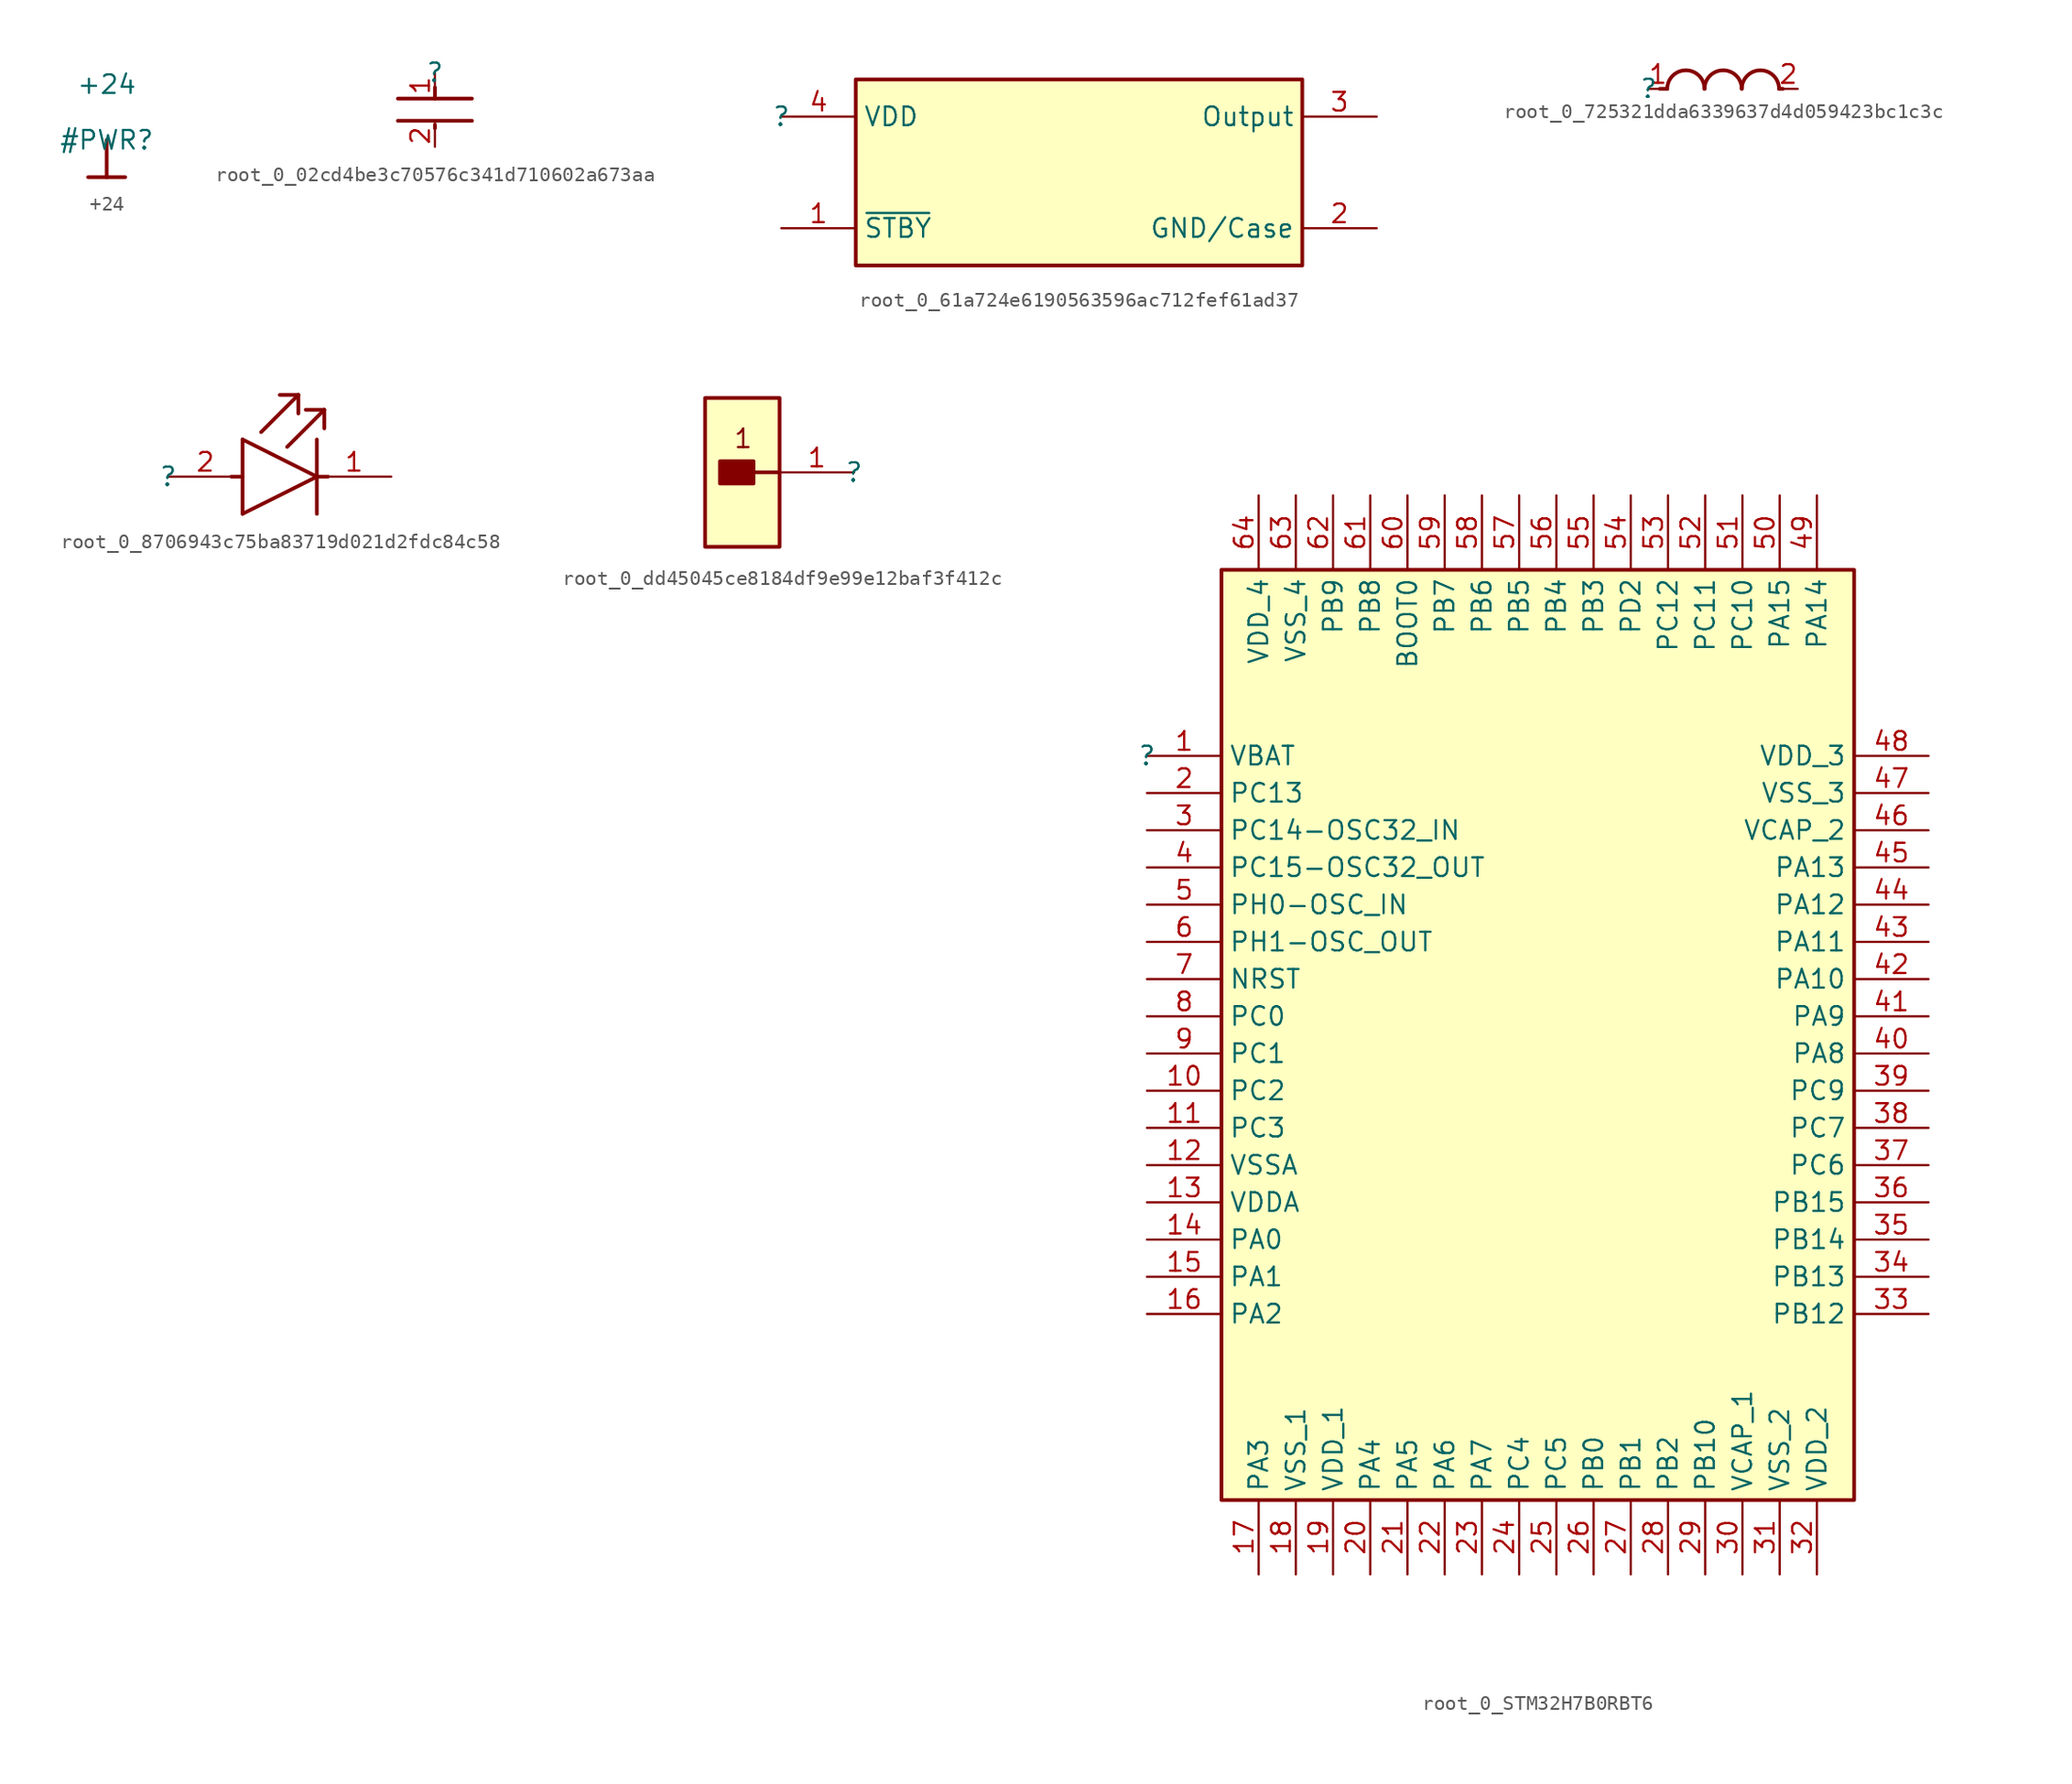
<source format=kicad_sym>
(kicad_symbol_lib
  (version 20220914)
  (generator kicad_symbol_editor)
  (symbol "+24"
    (power)
    (property "Reference" "#PWR"
      (at 0 0 0)
      (effects (font (size 1.27 1.27))))
    (property "Value" "+24"
      (at 0 3.81 0)
      (effects (font (size 1.27 1.27))))
    (symbol "+24_0_0"
      (polyline (pts (xy -1.27 -2.54) (xy 1.27 -2.54)) (stroke (width 0.254) (type solid)) (fill (type none)))
      (polyline (pts (xy 0 0) (xy 0 -2.54)) (stroke (width 0.254) (type solid)) (fill (type none)))
      (pin power_in line (at 0 0 0) (length 0) hide (name "+24" (effects (font (size 1.27 1.27)))) (number "" (effects (font (size 1.27 1.27)))))))
  (symbol "root_0_02cd4be3c70576c341d710602a673aa"
    (property "Reference" ""
      (at 0 0 0)
      (effects (font (size 1.27 1.27))))
    (property "Value" ""
      (at 0 0 0)
      (effects (font (size 1.27 1.27))))
    (symbol "root_0_02cd4be3c70576c341d710602a673aa_1_0"
      (polyline (pts (xy 0 -3.556) (xy 0 -3.81)) (stroke (width 0.254) (type solid)) (fill (type none)))
      (polyline (pts (xy 0 -1.778) (xy 0 -1.016)) (stroke (width 0.254) (type solid)) (fill (type none)))
      (polyline (pts (xy 2.54 -3.302) (xy -2.54 -3.302)) (stroke (width 0.254) (type solid)) (fill (type none)))
      (polyline (pts (xy 2.54 -1.778) (xy -2.54 -1.778)) (stroke (width 0.254) (type solid)) (fill (type none)))
      (pin passive line (at 0 0 270) (length 1.778) (name "1" (effects (font (size 0 0)))) (number "1" (effects (font (size 1.27 1.27)))))
      (pin passive line (at 0 -5.08 90) (length 1.524) (name "2" (effects (font (size 0 0)))) (number "2" (effects (font (size 1.27 1.27)))))))
  (symbol "root_0_61a724e6190563596ac712fef61ad37"
    (property "Reference" ""
      (at 0 0 0)
      (effects (font (size 1.27 1.27))))
    (property "Value" ""
      (at 0 0 0)
      (effects (font (size 1.27 1.27))))
    (symbol "root_0_61a724e6190563596ac712fef61ad37_1_0"
      (rectangle (start 35.56 2.54) (end 5.08 -10.16) (stroke (width 0.254) (type solid)) (fill (type background)))
      (pin input line (at 0 -7.62 0) (length 5.08) (name "~{STBY}" (effects (font (size 1.27 1.27)))) (number "1" (effects (font (size 1.27 1.27)))))
      (pin power_in line (at 40.64 -7.62 180) (length 5.08) (name "GND/Case" (effects (font (size 1.27 1.27)))) (number "2" (effects (font (size 1.27 1.27)))))
      (pin output line (at 40.64 0 180) (length 5.08) (name "Output" (effects (font (size 1.27 1.27)))) (number "3" (effects (font (size 1.27 1.27)))))
      (pin power_in line (at 0 0 0) (length 5.08) (name "VDD" (effects (font (size 1.27 1.27)))) (number "4" (effects (font (size 1.27 1.27)))))))
  (symbol "root_0_725321dda6339637d4d059423bc1c3c"
    (property "Reference" ""
      (at 0 0 0)
      (effects (font (size 1.27 1.27))))
    (property "Value" ""
      (at 0 0 0)
      (effects (font (size 1.27 1.27))))
    (symbol "root_0_725321dda6339637d4d059423bc1c3c_1_0"
      (polyline (pts (xy 1.27 0) (xy 0.762 0)) (stroke (width 0.254) (type solid)) (fill (type none)))
      (polyline (pts (xy 8.89 0) (xy 9.144 0)) (stroke (width 0.254) (type solid)) (fill (type none)))
      (arc (start 3.81 0) (mid 2.54 1.27) (end 1.27 0) (stroke (width 0.254) (type solid)) (fill (type none)))
      (arc (start 6.35 0) (mid 5.08 1.27) (end 3.81 0) (stroke (width 0.254) (type solid)) (fill (type none)))
      (arc (start 8.89 0) (mid 7.62 1.27) (end 6.35 0) (stroke (width 0.254) (type solid)) (fill (type none)))
      (pin passive line (at 0 0 0) (length 1.27) (name "1" (effects (font (size 0 0)))) (number "1" (effects (font (size 1.27 1.27)))))
      (pin passive line (at 10.16 0 180) (length 1.27) (name "2" (effects (font (size 0 0)))) (number "2" (effects (font (size 1.27 1.27)))))))
  (symbol "root_0_8706943c75ba83719d021d2fdc84c58"
    (property "Reference" ""
      (at 0 0 0)
      (effects (font (size 1.27 1.27))))
    (property "Value" ""
      (at 0 0 0)
      (effects (font (size 1.27 1.27))))
    (symbol "root_0_8706943c75ba83719d021d2fdc84c58_1_0"
      (polyline (pts (xy 5.08 -2.54) (xy 10.16 0)) (stroke (width 0.254) (type solid)) (fill (type none)))
      (polyline (pts (xy 5.08 0) (xy 4.318 0)) (stroke (width 0.254) (type solid)) (fill (type none)))
      (polyline (pts (xy 5.08 2.54) (xy 5.08 -2.54)) (stroke (width 0.254) (type solid)) (fill (type none)))
      (polyline (pts (xy 5.08 2.54) (xy 10.16 0)) (stroke (width 0.254) (type solid)) (fill (type none)))
      (polyline (pts (xy 6.35 3.048) (xy 8.89 5.588)) (stroke (width 0.254) (type solid)) (fill (type none)))
      (polyline (pts (xy 8.128 2.032) (xy 10.668 4.572)) (stroke (width 0.254) (type solid)) (fill (type none)))
      (polyline (pts (xy 8.89 5.588) (xy 7.62 5.588)) (stroke (width 0.254) (type solid)) (fill (type none)))
      (polyline (pts (xy 8.89 5.588) (xy 8.89 4.318)) (stroke (width 0.254) (type solid)) (fill (type none)))
      (polyline (pts (xy 10.16 0) (xy 10.922 0)) (stroke (width 0.254) (type solid)) (fill (type none)))
      (polyline (pts (xy 10.16 2.54) (xy 10.16 -2.54)) (stroke (width 0.254) (type solid)) (fill (type none)))
      (polyline (pts (xy 10.668 4.572) (xy 9.398 4.572)) (stroke (width 0.254) (type solid)) (fill (type none)))
      (polyline (pts (xy 10.668 4.572) (xy 10.668 3.302)) (stroke (width 0.254) (type solid)) (fill (type none)))
      (pin passive line (at 15.24 0 180) (length 5.08) (name "C" (effects (font (size 0 0)))) (number "1" (effects (font (size 1.27 1.27)))))
      (pin passive line (at 0 0 0) (length 5.08) (name "A" (effects (font (size 0 0)))) (number "2" (effects (font (size 1.27 1.27)))))))
  (symbol "root_0_dd45045ce8184df9e99e12baf3f412c"
    (property "Reference" ""
      (at 0 0 0)
      (effects (font (size 1.27 1.27))))
    (property "Value" ""
      (at 0 0 0)
      (effects (font (size 1.27 1.27))))
    (symbol "root_0_dd45045ce8184df9e99e12baf3f412c_1_0"
      (rectangle (start -6.858 0.762) (end -9.144 -0.762) (stroke (width 0.254) (type solid)) (fill (type outline)))
      (rectangle (start -5.08 5.08) (end -10.16 -5.08) (stroke (width 0.254) (type solid)) (fill (type background)))
      (polyline (pts (xy -6.858 0) (xy -5.08 0)) (stroke (width 0.254) (type solid)) (fill (type none)))
      (text "1" (at -6.858 3.048 0) (effects (font (size 1.27 1.27)) (justify right top)))
      (pin passive line (at 0 0 180) (length 5.08) (name "1" (effects (font (size 0 0)))) (number "1" (effects (font (size 1.27 1.27)))))))
  (symbol "root_0_STM32H7B0RBT6"
    (property "Reference" ""
      (at 0 0 0)
      (effects (font (size 1.27 1.27))))
    (property "Value" ""
      (at 0 0 0)
      (effects (font (size 1.27 1.27))))
    (symbol "root_0_STM32H7B0RBT6_1_0"
      (rectangle (start 48.26 12.7) (end 5.08 -50.8) (stroke (width 0.254) (type solid)) (fill (type background)))
      (pin passive line (at 0 0 0) (length 5.08) (name "VBAT" (effects (font (size 1.27 1.27)))) (number "1" (effects (font (size 1.27 1.27)))))
      (pin passive line (at 0 -22.86 0) (length 5.08) (name "PC2" (effects (font (size 1.27 1.27)))) (number "10" (effects (font (size 1.27 1.27)))))
      (pin passive line (at 0 -25.4 0) (length 5.08) (name "PC3" (effects (font (size 1.27 1.27)))) (number "11" (effects (font (size 1.27 1.27)))))
      (pin passive line (at 0 -27.94 0) (length 5.08) (name "VSSA" (effects (font (size 1.27 1.27)))) (number "12" (effects (font (size 1.27 1.27)))))
      (pin passive line (at 0 -30.48 0) (length 5.08) (name "VDDA" (effects (font (size 1.27 1.27)))) (number "13" (effects (font (size 1.27 1.27)))))
      (pin passive line (at 0 -33.02 0) (length 5.08) (name "PA0" (effects (font (size 1.27 1.27)))) (number "14" (effects (font (size 1.27 1.27)))))
      (pin passive line (at 0 -35.56 0) (length 5.08) (name "PA1" (effects (font (size 1.27 1.27)))) (number "15" (effects (font (size 1.27 1.27)))))
      (pin passive line (at 0 -38.1 0) (length 5.08) (name "PA2" (effects (font (size 1.27 1.27)))) (number "16" (effects (font (size 1.27 1.27)))))
      (pin passive line (at 7.62 -55.88 90) (length 5.08) (name "PA3" (effects (font (size 1.27 1.27)))) (number "17" (effects (font (size 1.27 1.27)))))
      (pin passive line (at 10.16 -55.88 90) (length 5.08) (name "VSS_1" (effects (font (size 1.27 1.27)))) (number "18" (effects (font (size 1.27 1.27)))))
      (pin passive line (at 12.7 -55.88 90) (length 5.08) (name "VDD_1" (effects (font (size 1.27 1.27)))) (number "19" (effects (font (size 1.27 1.27)))))
      (pin passive line (at 0 -2.54 0) (length 5.08) (name "PC13" (effects (font (size 1.27 1.27)))) (number "2" (effects (font (size 1.27 1.27)))))
      (pin passive line (at 15.24 -55.88 90) (length 5.08) (name "PA4" (effects (font (size 1.27 1.27)))) (number "20" (effects (font (size 1.27 1.27)))))
      (pin passive line (at 17.78 -55.88 90) (length 5.08) (name "PA5" (effects (font (size 1.27 1.27)))) (number "21" (effects (font (size 1.27 1.27)))))
      (pin passive line (at 20.32 -55.88 90) (length 5.08) (name "PA6" (effects (font (size 1.27 1.27)))) (number "22" (effects (font (size 1.27 1.27)))))
      (pin passive line (at 22.86 -55.88 90) (length 5.08) (name "PA7" (effects (font (size 1.27 1.27)))) (number "23" (effects (font (size 1.27 1.27)))))
      (pin passive line (at 25.4 -55.88 90) (length 5.08) (name "PC4" (effects (font (size 1.27 1.27)))) (number "24" (effects (font (size 1.27 1.27)))))
      (pin passive line (at 27.94 -55.88 90) (length 5.08) (name "PC5" (effects (font (size 1.27 1.27)))) (number "25" (effects (font (size 1.27 1.27)))))
      (pin passive line (at 30.48 -55.88 90) (length 5.08) (name "PB0" (effects (font (size 1.27 1.27)))) (number "26" (effects (font (size 1.27 1.27)))))
      (pin passive line (at 33.02 -55.88 90) (length 5.08) (name "PB1" (effects (font (size 1.27 1.27)))) (number "27" (effects (font (size 1.27 1.27)))))
      (pin passive line (at 35.56 -55.88 90) (length 5.08) (name "PB2" (effects (font (size 1.27 1.27)))) (number "28" (effects (font (size 1.27 1.27)))))
      (pin passive line (at 38.1 -55.88 90) (length 5.08) (name "PB10" (effects (font (size 1.27 1.27)))) (number "29" (effects (font (size 1.27 1.27)))))
      (pin passive line (at 0 -5.08 0) (length 5.08) (name "PC14-OSC32_IN" (effects (font (size 1.27 1.27)))) (number "3" (effects (font (size 1.27 1.27)))))
      (pin passive line (at 40.64 -55.88 90) (length 5.08) (name "VCAP_1" (effects (font (size 1.27 1.27)))) (number "30" (effects (font (size 1.27 1.27)))))
      (pin passive line (at 43.18 -55.88 90) (length 5.08) (name "VSS_2" (effects (font (size 1.27 1.27)))) (number "31" (effects (font (size 1.27 1.27)))))
      (pin passive line (at 45.72 -55.88 90) (length 5.08) (name "VDD_2" (effects (font (size 1.27 1.27)))) (number "32" (effects (font (size 1.27 1.27)))))
      (pin passive line (at 53.34 -38.1 180) (length 5.08) (name "PB12" (effects (font (size 1.27 1.27)))) (number "33" (effects (font (size 1.27 1.27)))))
      (pin passive line (at 53.34 -35.56 180) (length 5.08) (name "PB13" (effects (font (size 1.27 1.27)))) (number "34" (effects (font (size 1.27 1.27)))))
      (pin passive line (at 53.34 -33.02 180) (length 5.08) (name "PB14" (effects (font (size 1.27 1.27)))) (number "35" (effects (font (size 1.27 1.27)))))
      (pin passive line (at 53.34 -30.48 180) (length 5.08) (name "PB15" (effects (font (size 1.27 1.27)))) (number "36" (effects (font (size 1.27 1.27)))))
      (pin passive line (at 53.34 -27.94 180) (length 5.08) (name "PC6" (effects (font (size 1.27 1.27)))) (number "37" (effects (font (size 1.27 1.27)))))
      (pin passive line (at 53.34 -25.4 180) (length 5.08) (name "PC7" (effects (font (size 1.27 1.27)))) (number "38" (effects (font (size 1.27 1.27)))))
      (pin passive line (at 53.34 -22.86 180) (length 5.08) (name "PC9" (effects (font (size 1.27 1.27)))) (number "39" (effects (font (size 1.27 1.27)))))
      (pin passive line (at 0 -7.62 0) (length 5.08) (name "PC15-OSC32_OUT" (effects (font (size 1.27 1.27)))) (number "4" (effects (font (size 1.27 1.27)))))
      (pin passive line (at 53.34 -20.32 180) (length 5.08) (name "PA8" (effects (font (size 1.27 1.27)))) (number "40" (effects (font (size 1.27 1.27)))))
      (pin passive line (at 53.34 -17.78 180) (length 5.08) (name "PA9" (effects (font (size 1.27 1.27)))) (number "41" (effects (font (size 1.27 1.27)))))
      (pin passive line (at 53.34 -15.24 180) (length 5.08) (name "PA10" (effects (font (size 1.27 1.27)))) (number "42" (effects (font (size 1.27 1.27)))))
      (pin passive line (at 53.34 -12.7 180) (length 5.08) (name "PA11" (effects (font (size 1.27 1.27)))) (number "43" (effects (font (size 1.27 1.27)))))
      (pin passive line (at 53.34 -10.16 180) (length 5.08) (name "PA12" (effects (font (size 1.27 1.27)))) (number "44" (effects (font (size 1.27 1.27)))))
      (pin passive line (at 53.34 -7.62 180) (length 5.08) (name "PA13" (effects (font (size 1.27 1.27)))) (number "45" (effects (font (size 1.27 1.27)))))
      (pin passive line (at 53.34 -5.08 180) (length 5.08) (name "VCAP_2" (effects (font (size 1.27 1.27)))) (number "46" (effects (font (size 1.27 1.27)))))
      (pin passive line (at 53.34 -2.54 180) (length 5.08) (name "VSS_3" (effects (font (size 1.27 1.27)))) (number "47" (effects (font (size 1.27 1.27)))))
      (pin passive line (at 53.34 0 180) (length 5.08) (name "VDD_3" (effects (font (size 1.27 1.27)))) (number "48" (effects (font (size 1.27 1.27)))))
      (pin passive line (at 45.72 17.78 270) (length 5.08) (name "PA14" (effects (font (size 1.27 1.27)))) (number "49" (effects (font (size 1.27 1.27)))))
      (pin passive line (at 0 -10.16 0) (length 5.08) (name "PH0-OSC_IN" (effects (font (size 1.27 1.27)))) (number "5" (effects (font (size 1.27 1.27)))))
      (pin passive line (at 43.18 17.78 270) (length 5.08) (name "PA15" (effects (font (size 1.27 1.27)))) (number "50" (effects (font (size 1.27 1.27)))))
      (pin passive line (at 40.64 17.78 270) (length 5.08) (name "PC10" (effects (font (size 1.27 1.27)))) (number "51" (effects (font (size 1.27 1.27)))))
      (pin passive line (at 38.1 17.78 270) (length 5.08) (name "PC11" (effects (font (size 1.27 1.27)))) (number "52" (effects (font (size 1.27 1.27)))))
      (pin passive line (at 35.56 17.78 270) (length 5.08) (name "PC12" (effects (font (size 1.27 1.27)))) (number "53" (effects (font (size 1.27 1.27)))))
      (pin passive line (at 33.02 17.78 270) (length 5.08) (name "PD2" (effects (font (size 1.27 1.27)))) (number "54" (effects (font (size 1.27 1.27)))))
      (pin passive line (at 30.48 17.78 270) (length 5.08) (name "PB3" (effects (font (size 1.27 1.27)))) (number "55" (effects (font (size 1.27 1.27)))))
      (pin passive line (at 27.94 17.78 270) (length 5.08) (name "PB4" (effects (font (size 1.27 1.27)))) (number "56" (effects (font (size 1.27 1.27)))))
      (pin passive line (at 25.4 17.78 270) (length 5.08) (name "PB5" (effects (font (size 1.27 1.27)))) (number "57" (effects (font (size 1.27 1.27)))))
      (pin passive line (at 22.86 17.78 270) (length 5.08) (name "PB6" (effects (font (size 1.27 1.27)))) (number "58" (effects (font (size 1.27 1.27)))))
      (pin passive line (at 20.32 17.78 270) (length 5.08) (name "PB7" (effects (font (size 1.27 1.27)))) (number "59" (effects (font (size 1.27 1.27)))))
      (pin passive line (at 0 -12.7 0) (length 5.08) (name "PH1-OSC_OUT" (effects (font (size 1.27 1.27)))) (number "6" (effects (font (size 1.27 1.27)))))
      (pin passive line (at 17.78 17.78 270) (length 5.08) (name "BOOT0" (effects (font (size 1.27 1.27)))) (number "60" (effects (font (size 1.27 1.27)))))
      (pin passive line (at 15.24 17.78 270) (length 5.08) (name "PB8" (effects (font (size 1.27 1.27)))) (number "61" (effects (font (size 1.27 1.27)))))
      (pin passive line (at 12.7 17.78 270) (length 5.08) (name "PB9" (effects (font (size 1.27 1.27)))) (number "62" (effects (font (size 1.27 1.27)))))
      (pin passive line (at 10.16 17.78 270) (length 5.08) (name "VSS_4" (effects (font (size 1.27 1.27)))) (number "63" (effects (font (size 1.27 1.27)))))
      (pin passive line (at 7.62 17.78 270) (length 5.08) (name "VDD_4" (effects (font (size 1.27 1.27)))) (number "64" (effects (font (size 1.27 1.27)))))
      (pin passive line (at 0 -15.24 0) (length 5.08) (name "NRST" (effects (font (size 1.27 1.27)))) (number "7" (effects (font (size 1.27 1.27)))))
      (pin passive line (at 0 -17.78 0) (length 5.08) (name "PC0" (effects (font (size 1.27 1.27)))) (number "8" (effects (font (size 1.27 1.27)))))
      (pin passive line (at 0 -20.32 0) (length 5.08) (name "PC1" (effects (font (size 1.27 1.27)))) (number "9" (effects (font (size 1.27 1.27))))))))
</source>
